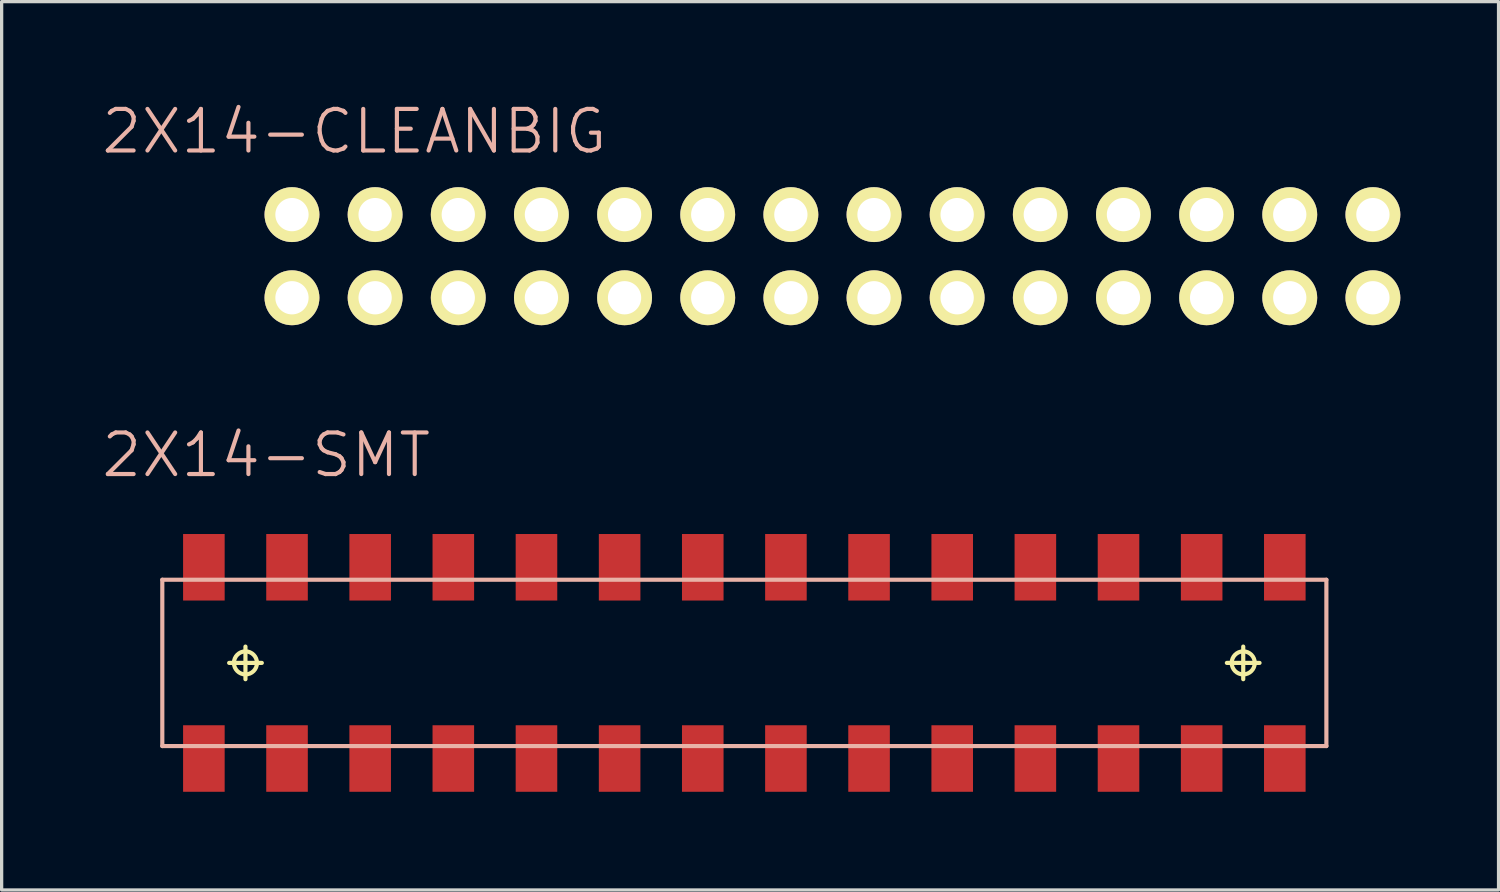
<source format=kicad_pcb>
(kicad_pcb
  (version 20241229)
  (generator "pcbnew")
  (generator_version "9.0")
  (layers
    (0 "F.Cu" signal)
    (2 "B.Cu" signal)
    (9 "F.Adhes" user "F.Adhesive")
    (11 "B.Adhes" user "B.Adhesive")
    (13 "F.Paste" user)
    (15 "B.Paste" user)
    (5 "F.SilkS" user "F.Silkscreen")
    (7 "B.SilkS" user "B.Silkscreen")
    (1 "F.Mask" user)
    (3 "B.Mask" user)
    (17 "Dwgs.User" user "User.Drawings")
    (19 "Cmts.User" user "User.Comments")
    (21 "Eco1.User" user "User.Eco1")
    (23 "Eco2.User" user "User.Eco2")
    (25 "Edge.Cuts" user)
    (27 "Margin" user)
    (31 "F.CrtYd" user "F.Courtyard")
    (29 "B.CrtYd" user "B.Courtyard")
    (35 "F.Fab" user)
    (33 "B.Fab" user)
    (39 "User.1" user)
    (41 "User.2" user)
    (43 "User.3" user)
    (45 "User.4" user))
  (footprint "2X14-SMT"
    (layer "F.Cu")
    (at 19.688 17.2)
    (property "Reference" "2X14-SMT" (at -14.605 -6.35 0) (layer "B.SilkS") (effects (font (size 1.27 1.27) (thickness 0.127))))
    (attr smd)
    (fp_line (start -15.738 0) (end -14.74 0) (stroke (width 0.127) (type solid)) (layer "F.SilkS"))
    (fp_line (start -15.24 0.498) (end -15.24 -0.498) (stroke (width 0.127) (type solid)) (layer "F.SilkS"))
    (fp_line (start 14.74 0) (end 15.738 0) (stroke (width 0.127) (type solid)) (layer "F.SilkS"))
    (fp_line (start 15.24 0.498) (end 15.24 -0.498) (stroke (width 0.127) (type solid)) (layer "F.SilkS"))
    (fp_circle (center -15.24 0) (end -15.489 0.249) (stroke (width 0.127) (type solid)) (fill no) (layer "F.SilkS"))
    (fp_circle (center 15.24 0) (end 15.489 0.249) (stroke (width 0.127) (type solid)) (fill no) (layer "F.SilkS"))
    (fp_line (start -17.78 -2.54) (end 17.78 -2.54) (stroke (width 0.127) (type solid)) (layer "B.SilkS"))
    (fp_line (start -17.78 2.54) (end -17.78 -2.54) (stroke (width 0.127) (type solid)) (layer "B.SilkS"))
    (fp_line (start 17.78 -2.54) (end 17.78 2.54) (stroke (width 0.127) (type solid)) (layer "B.SilkS"))
    (fp_line (start 17.78 2.54) (end -17.78 2.54) (stroke (width 0.127) (type solid)) (layer "B.SilkS"))
    (pad "1" smd rect (at -16.51 2.921 180) (size 1.27 2.032) (layers "F.Cu" "F.Mask" "F.Paste"))
    (pad "2" smd rect (at -16.51 -2.921) (size 1.27 2.032) (layers "F.Cu" "F.Mask" "F.Paste"))
    (pad "3" smd rect (at -13.97 2.921 180) (size 1.27 2.032) (layers "F.Cu" "F.Mask" "F.Paste"))
    (pad "4" smd rect (at -13.97 -2.921) (size 1.27 2.032) (layers "F.Cu" "F.Mask" "F.Paste"))
    (pad "5" smd rect (at -11.43 2.921 180) (size 1.27 2.032) (layers "F.Cu" "F.Mask" "F.Paste"))
    (pad "6" smd rect (at -11.43 -2.921) (size 1.27 2.032) (layers "F.Cu" "F.Mask" "F.Paste"))
    (pad "7" smd rect (at -8.89 2.921 180) (size 1.27 2.032) (layers "F.Cu" "F.Mask" "F.Paste"))
    (pad "8" smd rect (at -8.89 -2.921) (size 1.27 2.032) (layers "F.Cu" "F.Mask" "F.Paste"))
    (pad "9" smd rect (at -6.35 2.921 180) (size 1.27 2.032) (layers "F.Cu" "F.Mask" "F.Paste"))
    (pad "10" smd rect (at -6.35 -2.921) (size 1.27 2.032) (layers "F.Cu" "F.Mask" "F.Paste"))
    (pad "11" smd rect (at -3.81 2.921 180) (size 1.27 2.032) (layers "F.Cu" "F.Mask" "F.Paste"))
    (pad "12" smd rect (at -3.81 -2.921) (size 1.27 2.032) (layers "F.Cu" "F.Mask" "F.Paste"))
    (pad "13" smd rect (at -1.27 2.921 180) (size 1.27 2.032) (layers "F.Cu" "F.Mask" "F.Paste"))
    (pad "14" smd rect (at -1.27 -2.921) (size 1.27 2.032) (layers "F.Cu" "F.Mask" "F.Paste"))
    (pad "15" smd rect (at 1.27 2.921 180) (size 1.27 2.032) (layers "F.Cu" "F.Mask" "F.Paste"))
    (pad "16" smd rect (at 1.27 -2.921) (size 1.27 2.032) (layers "F.Cu" "F.Mask" "F.Paste"))
    (pad "17" smd rect (at 3.81 2.921 180) (size 1.27 2.032) (layers "F.Cu" "F.Mask" "F.Paste"))
    (pad "18" smd rect (at 3.81 -2.921) (size 1.27 2.032) (layers "F.Cu" "F.Mask" "F.Paste"))
    (pad "19" smd rect (at 6.35 2.921 180) (size 1.27 2.032) (layers "F.Cu" "F.Mask" "F.Paste"))
    (pad "20" smd rect (at 6.35 -2.921) (size 1.27 2.032) (layers "F.Cu" "F.Mask" "F.Paste"))
    (pad "21" smd rect (at 8.89 2.921 180) (size 1.27 2.032) (layers "F.Cu" "F.Mask" "F.Paste"))
    (pad "22" smd rect (at 8.89 -2.921) (size 1.27 2.032) (layers "F.Cu" "F.Mask" "F.Paste"))
    (pad "23" smd rect (at 11.43 2.921 180) (size 1.27 2.032) (layers "F.Cu" "F.Mask" "F.Paste"))
    (pad "24" smd rect (at 11.43 -2.921) (size 1.27 2.032) (layers "F.Cu" "F.Mask" "F.Paste"))
    (pad "25" smd rect (at 13.97 2.921 180) (size 1.27 2.032) (layers "F.Cu" "F.Mask" "F.Paste"))
    (pad "26" smd rect (at 13.97 -2.921) (size 1.27 2.032) (layers "F.Cu" "F.Mask" "F.Paste"))
    (pad "27" smd rect (at 16.51 2.921 180) (size 1.27 2.032) (layers "F.Cu" "F.Mask" "F.Paste"))
    (pad "28" smd rect (at 16.51 -2.921) (size 1.27 2.032) (layers "F.Cu" "F.Mask" "F.Paste")))
  (footprint "2X14-CLEANBIG"
    (layer "F.Cu")
    (at 22.379 4.776)
    (property "Reference" "2X14-CLEANBIG" (at -14.605 -3.81 0) (layer "B.SilkS") (effects (font (size 1.27 1.27) (thickness 0.127))))
    (attr exclude_from_pos_files exclude_from_bom)
    (fp_line (start -16.764 -1.524) (end -16.256 -1.524) (stroke (width 0.066) (type solid)) (layer "F.SilkS"))
    (fp_line (start -16.764 -1.016) (end -16.764 -1.524) (stroke (width 0.066) (type solid)) (layer "F.SilkS"))
    (fp_line (start -16.764 -1.016) (end -16.256 -1.016) (stroke (width 0.066) (type solid)) (layer "F.SilkS"))
    (fp_line (start -16.764 1.016) (end -16.256 1.016) (stroke (width 0.066) (type solid)) (layer "F.SilkS"))
    (fp_line (start -16.764 1.524) (end -16.764 1.016) (stroke (width 0.066) (type solid)) (layer "F.SilkS"))
    (fp_line (start -16.764 1.524) (end -16.256 1.524) (stroke (width 0.066) (type solid)) (layer "F.SilkS"))
    (fp_line (start -16.256 -1.016) (end -16.256 -1.524) (stroke (width 0.066) (type solid)) (layer "F.SilkS"))
    (fp_line (start -16.256 1.524) (end -16.256 1.016) (stroke (width 0.066) (type solid)) (layer "F.SilkS"))
    (fp_line (start -14.224 -1.524) (end -13.716 -1.524) (stroke (width 0.066) (type solid)) (layer "F.SilkS"))
    (fp_line (start -14.224 -1.016) (end -14.224 -1.524) (stroke (width 0.066) (type solid)) (layer "F.SilkS"))
    (fp_line (start -14.224 -1.016) (end -13.716 -1.016) (stroke (width 0.066) (type solid)) (layer "F.SilkS"))
    (fp_line (start -14.224 1.016) (end -13.716 1.016) (stroke (width 0.066) (type solid)) (layer "F.SilkS"))
    (fp_line (start -14.224 1.524) (end -14.224 1.016) (stroke (width 0.066) (type solid)) (layer "F.SilkS"))
    (fp_line (start -14.224 1.524) (end -13.716 1.524) (stroke (width 0.066) (type solid)) (layer "F.SilkS"))
    (fp_line (start -13.716 -1.016) (end -13.716 -1.524) (stroke (width 0.066) (type solid)) (layer "F.SilkS"))
    (fp_line (start -13.716 1.524) (end -13.716 1.016) (stroke (width 0.066) (type solid)) (layer "F.SilkS"))
    (fp_line (start -11.684 -1.524) (end -11.176 -1.524) (stroke (width 0.066) (type solid)) (layer "F.SilkS"))
    (fp_line (start -11.684 -1.016) (end -11.684 -1.524) (stroke (width 0.066) (type solid)) (layer "F.SilkS"))
    (fp_line (start -11.684 -1.016) (end -11.176 -1.016) (stroke (width 0.066) (type solid)) (layer "F.SilkS"))
    (fp_line (start -11.684 1.016) (end -11.176 1.016) (stroke (width 0.066) (type solid)) (layer "F.SilkS"))
    (fp_line (start -11.684 1.524) (end -11.684 1.016) (stroke (width 0.066) (type solid)) (layer "F.SilkS"))
    (fp_line (start -11.684 1.524) (end -11.176 1.524) (stroke (width 0.066) (type solid)) (layer "F.SilkS"))
    (fp_line (start -11.176 -1.016) (end -11.176 -1.524) (stroke (width 0.066) (type solid)) (layer "F.SilkS"))
    (fp_line (start -11.176 1.524) (end -11.176 1.016) (stroke (width 0.066) (type solid)) (layer "F.SilkS"))
    (fp_line (start -9.144 -1.524) (end -8.636 -1.524) (stroke (width 0.066) (type solid)) (layer "F.SilkS"))
    (fp_line (start -9.144 -1.016) (end -9.144 -1.524) (stroke (width 0.066) (type solid)) (layer "F.SilkS"))
    (fp_line (start -9.144 -1.016) (end -8.636 -1.016) (stroke (width 0.066) (type solid)) (layer "F.SilkS"))
    (fp_line (start -9.144 1.016) (end -8.636 1.016) (stroke (width 0.066) (type solid)) (layer "F.SilkS"))
    (fp_line (start -9.144 1.524) (end -9.144 1.016) (stroke (width 0.066) (type solid)) (layer "F.SilkS"))
    (fp_line (start -9.144 1.524) (end -8.636 1.524) (stroke (width 0.066) (type solid)) (layer "F.SilkS"))
    (fp_line (start -8.636 -1.016) (end -8.636 -1.524) (stroke (width 0.066) (type solid)) (layer "F.SilkS"))
    (fp_line (start -8.636 1.524) (end -8.636 1.016) (stroke (width 0.066) (type solid)) (layer "F.SilkS"))
    (fp_line (start -6.604 -1.524) (end -6.096 -1.524) (stroke (width 0.066) (type solid)) (layer "F.SilkS"))
    (fp_line (start -6.604 -1.016) (end -6.604 -1.524) (stroke (width 0.066) (type solid)) (layer "F.SilkS"))
    (fp_line (start -6.604 -1.016) (end -6.096 -1.016) (stroke (width 0.066) (type solid)) (layer "F.SilkS"))
    (fp_line (start -6.604 1.016) (end -6.096 1.016) (stroke (width 0.066) (type solid)) (layer "F.SilkS"))
    (fp_line (start -6.604 1.524) (end -6.604 1.016) (stroke (width 0.066) (type solid)) (layer "F.SilkS"))
    (fp_line (start -6.604 1.524) (end -6.096 1.524) (stroke (width 0.066) (type solid)) (layer "F.SilkS"))
    (fp_line (start -6.096 -1.016) (end -6.096 -1.524) (stroke (width 0.066) (type solid)) (layer "F.SilkS"))
    (fp_line (start -6.096 1.524) (end -6.096 1.016) (stroke (width 0.066) (type solid)) (layer "F.SilkS"))
    (fp_line (start -4.064 -1.524) (end -3.556 -1.524) (stroke (width 0.066) (type solid)) (layer "F.SilkS"))
    (fp_line (start -4.064 -1.016) (end -4.064 -1.524) (stroke (width 0.066) (type solid)) (layer "F.SilkS"))
    (fp_line (start -4.064 -1.016) (end -3.556 -1.016) (stroke (width 0.066) (type solid)) (layer "F.SilkS"))
    (fp_line (start -4.064 1.016) (end -3.556 1.016) (stroke (width 0.066) (type solid)) (layer "F.SilkS"))
    (fp_line (start -4.064 1.524) (end -4.064 1.016) (stroke (width 0.066) (type solid)) (layer "F.SilkS"))
    (fp_line (start -4.064 1.524) (end -3.556 1.524) (stroke (width 0.066) (type solid)) (layer "F.SilkS"))
    (fp_line (start -3.556 -1.016) (end -3.556 -1.524) (stroke (width 0.066) (type solid)) (layer "F.SilkS"))
    (fp_line (start -3.556 1.524) (end -3.556 1.016) (stroke (width 0.066) (type solid)) (layer "F.SilkS"))
    (fp_line (start -1.524 -1.524) (end -1.016 -1.524) (stroke (width 0.066) (type solid)) (layer "F.SilkS"))
    (fp_line (start -1.524 -1.016) (end -1.524 -1.524) (stroke (width 0.066) (type solid)) (layer "F.SilkS"))
    (fp_line (start -1.524 -1.016) (end -1.016 -1.016) (stroke (width 0.066) (type solid)) (layer "F.SilkS"))
    (fp_line (start -1.524 1.016) (end -1.016 1.016) (stroke (width 0.066) (type solid)) (layer "F.SilkS"))
    (fp_line (start -1.524 1.524) (end -1.524 1.016) (stroke (width 0.066) (type solid)) (layer "F.SilkS"))
    (fp_line (start -1.524 1.524) (end -1.016 1.524) (stroke (width 0.066) (type solid)) (layer "F.SilkS"))
    (fp_line (start -1.016 -1.016) (end -1.016 -1.524) (stroke (width 0.066) (type solid)) (layer "F.SilkS"))
    (fp_line (start -1.016 1.524) (end -1.016 1.016) (stroke (width 0.066) (type solid)) (layer "F.SilkS"))
    (fp_line (start 1.016 -1.524) (end 1.524 -1.524) (stroke (width 0.066) (type solid)) (layer "F.SilkS"))
    (fp_line (start 1.016 -1.016) (end 1.016 -1.524) (stroke (width 0.066) (type solid)) (layer "F.SilkS"))
    (fp_line (start 1.016 -1.016) (end 1.524 -1.016) (stroke (width 0.066) (type solid)) (layer "F.SilkS"))
    (fp_line (start 1.016 1.016) (end 1.524 1.016) (stroke (width 0.066) (type solid)) (layer "F.SilkS"))
    (fp_line (start 1.016 1.524) (end 1.016 1.016) (stroke (width 0.066) (type solid)) (layer "F.SilkS"))
    (fp_line (start 1.016 1.524) (end 1.524 1.524) (stroke (width 0.066) (type solid)) (layer "F.SilkS"))
    (fp_line (start 1.524 -1.016) (end 1.524 -1.524) (stroke (width 0.066) (type solid)) (layer "F.SilkS"))
    (fp_line (start 1.524 1.524) (end 1.524 1.016) (stroke (width 0.066) (type solid)) (layer "F.SilkS"))
    (fp_line (start 3.556 -1.524) (end 4.064 -1.524) (stroke (width 0.066) (type solid)) (layer "F.SilkS"))
    (fp_line (start 3.556 -1.016) (end 3.556 -1.524) (stroke (width 0.066) (type solid)) (layer "F.SilkS"))
    (fp_line (start 3.556 -1.016) (end 4.064 -1.016) (stroke (width 0.066) (type solid)) (layer "F.SilkS"))
    (fp_line (start 3.556 1.016) (end 4.064 1.016) (stroke (width 0.066) (type solid)) (layer "F.SilkS"))
    (fp_line (start 3.556 1.524) (end 3.556 1.016) (stroke (width 0.066) (type solid)) (layer "F.SilkS"))
    (fp_line (start 3.556 1.524) (end 4.064 1.524) (stroke (width 0.066) (type solid)) (layer "F.SilkS"))
    (fp_line (start 4.064 -1.016) (end 4.064 -1.524) (stroke (width 0.066) (type solid)) (layer "F.SilkS"))
    (fp_line (start 4.064 1.524) (end 4.064 1.016) (stroke (width 0.066) (type solid)) (layer "F.SilkS"))
    (fp_line (start 6.096 -1.524) (end 6.604 -1.524) (stroke (width 0.066) (type solid)) (layer "F.SilkS"))
    (fp_line (start 6.096 -1.016) (end 6.096 -1.524) (stroke (width 0.066) (type solid)) (layer "F.SilkS"))
    (fp_line (start 6.096 -1.016) (end 6.604 -1.016) (stroke (width 0.066) (type solid)) (layer "F.SilkS"))
    (fp_line (start 6.096 1.016) (end 6.604 1.016) (stroke (width 0.066) (type solid)) (layer "F.SilkS"))
    (fp_line (start 6.096 1.524) (end 6.096 1.016) (stroke (width 0.066) (type solid)) (layer "F.SilkS"))
    (fp_line (start 6.096 1.524) (end 6.604 1.524) (stroke (width 0.066) (type solid)) (layer "F.SilkS"))
    (fp_line (start 6.604 -1.016) (end 6.604 -1.524) (stroke (width 0.066) (type solid)) (layer "F.SilkS"))
    (fp_line (start 6.604 1.524) (end 6.604 1.016) (stroke (width 0.066) (type solid)) (layer "F.SilkS"))
    (fp_line (start 8.636 -1.524) (end 9.144 -1.524) (stroke (width 0.066) (type solid)) (layer "F.SilkS"))
    (fp_line (start 8.636 -1.016) (end 8.636 -1.524) (stroke (width 0.066) (type solid)) (layer "F.SilkS"))
    (fp_line (start 8.636 -1.016) (end 9.144 -1.016) (stroke (width 0.066) (type solid)) (layer "F.SilkS"))
    (fp_line (start 8.636 1.016) (end 9.144 1.016) (stroke (width 0.066) (type solid)) (layer "F.SilkS"))
    (fp_line (start 8.636 1.524) (end 8.636 1.016) (stroke (width 0.066) (type solid)) (layer "F.SilkS"))
    (fp_line (start 8.636 1.524) (end 9.144 1.524) (stroke (width 0.066) (type solid)) (layer "F.SilkS"))
    (fp_line (start 9.144 -1.016) (end 9.144 -1.524) (stroke (width 0.066) (type solid)) (layer "F.SilkS"))
    (fp_line (start 9.144 1.524) (end 9.144 1.016) (stroke (width 0.066) (type solid)) (layer "F.SilkS"))
    (fp_line (start 11.176 -1.524) (end 11.684 -1.524) (stroke (width 0.066) (type solid)) (layer "F.SilkS"))
    (fp_line (start 11.176 -1.016) (end 11.176 -1.524) (stroke (width 0.066) (type solid)) (layer "F.SilkS"))
    (fp_line (start 11.176 -1.016) (end 11.684 -1.016) (stroke (width 0.066) (type solid)) (layer "F.SilkS"))
    (fp_line (start 11.176 1.016) (end 11.684 1.016) (stroke (width 0.066) (type solid)) (layer "F.SilkS"))
    (fp_line (start 11.176 1.524) (end 11.176 1.016) (stroke (width 0.066) (type solid)) (layer "F.SilkS"))
    (fp_line (start 11.176 1.524) (end 11.684 1.524) (stroke (width 0.066) (type solid)) (layer "F.SilkS"))
    (fp_line (start 11.684 -1.016) (end 11.684 -1.524) (stroke (width 0.066) (type solid)) (layer "F.SilkS"))
    (fp_line (start 11.684 1.524) (end 11.684 1.016) (stroke (width 0.066) (type solid)) (layer "F.SilkS"))
    (fp_line (start 13.716 -1.524) (end 14.224 -1.524) (stroke (width 0.066) (type solid)) (layer "F.SilkS"))
    (fp_line (start 13.716 -1.016) (end 13.716 -1.524) (stroke (width 0.066) (type solid)) (layer "F.SilkS"))
    (fp_line (start 13.716 -1.016) (end 14.224 -1.016) (stroke (width 0.066) (type solid)) (layer "F.SilkS"))
    (fp_line (start 13.716 1.016) (end 14.224 1.016) (stroke (width 0.066) (type solid)) (layer "F.SilkS"))
    (fp_line (start 13.716 1.524) (end 13.716 1.016) (stroke (width 0.066) (type solid)) (layer "F.SilkS"))
    (fp_line (start 13.716 1.524) (end 14.224 1.524) (stroke (width 0.066) (type solid)) (layer "F.SilkS"))
    (fp_line (start 14.224 -1.016) (end 14.224 -1.524) (stroke (width 0.066) (type solid)) (layer "F.SilkS"))
    (fp_line (start 14.224 1.524) (end 14.224 1.016) (stroke (width 0.066) (type solid)) (layer "F.SilkS"))
    (fp_line (start 16.256 -1.524) (end 16.764 -1.524) (stroke (width 0.066) (type solid)) (layer "F.SilkS"))
    (fp_line (start 16.256 -1.016) (end 16.256 -1.524) (stroke (width 0.066) (type solid)) (layer "F.SilkS"))
    (fp_line (start 16.256 -1.016) (end 16.764 -1.016) (stroke (width 0.066) (type solid)) (layer "F.SilkS"))
    (fp_line (start 16.256 1.016) (end 16.764 1.016) (stroke (width 0.066) (type solid)) (layer "F.SilkS"))
    (fp_line (start 16.256 1.524) (end 16.256 1.016) (stroke (width 0.066) (type solid)) (layer "F.SilkS"))
    (fp_line (start 16.256 1.524) (end 16.764 1.524) (stroke (width 0.066) (type solid)) (layer "F.SilkS"))
    (fp_line (start 16.764 -1.016) (end 16.764 -1.524) (stroke (width 0.066) (type solid)) (layer "F.SilkS"))
    (fp_line (start 16.764 1.524) (end 16.764 1.016) (stroke (width 0.066) (type solid)) (layer "F.SilkS"))
    (pad "1" thru_hole circle (at -16.51 1.27) (size 1.676 1.676) (drill 1.016) (layers "*.Cu" "F.Mask" "F.SilkS" "F.Paste"))
    (pad "2" thru_hole circle (at -16.51 -1.27) (size 1.676 1.676) (drill 1.016) (layers "*.Cu" "F.Mask" "F.SilkS" "F.Paste"))
    (pad "3" thru_hole circle (at -13.97 1.27) (size 1.676 1.676) (drill 1.016) (layers "*.Cu" "F.Mask" "F.SilkS" "F.Paste"))
    (pad "4" thru_hole circle (at -13.97 -1.27) (size 1.676 1.676) (drill 1.016) (layers "*.Cu" "F.Mask" "F.SilkS" "F.Paste"))
    (pad "5" thru_hole circle (at -11.43 1.27) (size 1.676 1.676) (drill 1.016) (layers "*.Cu" "F.Mask" "F.SilkS" "F.Paste"))
    (pad "6" thru_hole circle (at -11.43 -1.27) (size 1.676 1.676) (drill 1.016) (layers "*.Cu" "F.Mask" "F.SilkS" "F.Paste"))
    (pad "7" thru_hole circle (at -8.89 1.27) (size 1.676 1.676) (drill 1.016) (layers "*.Cu" "F.Mask" "F.SilkS" "F.Paste"))
    (pad "8" thru_hole circle (at -8.89 -1.27) (size 1.676 1.676) (drill 1.016) (layers "*.Cu" "F.Mask" "F.SilkS" "F.Paste"))
    (pad "9" thru_hole circle (at -6.35 1.27) (size 1.676 1.676) (drill 1.016) (layers "*.Cu" "F.Mask" "F.SilkS" "F.Paste"))
    (pad "10" thru_hole circle (at -6.35 -1.27) (size 1.676 1.676) (drill 1.016) (layers "*.Cu" "F.Mask" "F.SilkS" "F.Paste"))
    (pad "11" thru_hole circle (at -3.81 1.27) (size 1.676 1.676) (drill 1.016) (layers "*.Cu" "F.Mask" "F.SilkS" "F.Paste"))
    (pad "12" thru_hole circle (at -3.81 -1.27) (size 1.676 1.676) (drill 1.016) (layers "*.Cu" "F.Mask" "F.SilkS" "F.Paste"))
    (pad "13" thru_hole circle (at -1.27 1.27) (size 1.676 1.676) (drill 1.016) (layers "*.Cu" "F.Mask" "F.SilkS" "F.Paste"))
    (pad "14" thru_hole circle (at -1.27 -1.27) (size 1.676 1.676) (drill 1.016) (layers "*.Cu" "F.Mask" "F.SilkS" "F.Paste"))
    (pad "15" thru_hole circle (at 1.27 1.27) (size 1.676 1.676) (drill 1.016) (layers "*.Cu" "F.Mask" "F.SilkS" "F.Paste"))
    (pad "16" thru_hole circle (at 1.27 -1.27) (size 1.676 1.676) (drill 1.016) (layers "*.Cu" "F.Mask" "F.SilkS" "F.Paste"))
    (pad "17" thru_hole circle (at 3.81 1.27) (size 1.676 1.676) (drill 1.016) (layers "*.Cu" "F.Mask" "F.SilkS" "F.Paste"))
    (pad "18" thru_hole circle (at 3.81 -1.27) (size 1.676 1.676) (drill 1.016) (layers "*.Cu" "F.Mask" "F.SilkS" "F.Paste"))
    (pad "19" thru_hole circle (at 6.35 1.27) (size 1.676 1.676) (drill 1.016) (layers "*.Cu" "F.Mask" "F.SilkS" "F.Paste"))
    (pad "20" thru_hole circle (at 6.35 -1.27) (size 1.676 1.676) (drill 1.016) (layers "*.Cu" "F.Mask" "F.SilkS" "F.Paste"))
    (pad "21" thru_hole circle (at 8.89 1.27) (size 1.676 1.676) (drill 1.016) (layers "*.Cu" "F.Mask" "F.SilkS" "F.Paste"))
    (pad "22" thru_hole circle (at 8.89 -1.27) (size 1.676 1.676) (drill 1.016) (layers "*.Cu" "F.Mask" "F.SilkS" "F.Paste"))
    (pad "23" thru_hole circle (at 11.43 1.27) (size 1.676 1.676) (drill 1.016) (layers "*.Cu" "F.Mask" "F.SilkS" "F.Paste"))
    (pad "24" thru_hole circle (at 11.43 -1.27) (size 1.676 1.676) (drill 1.016) (layers "*.Cu" "F.Mask" "F.SilkS" "F.Paste"))
    (pad "25" thru_hole circle (at 13.97 1.27) (size 1.676 1.676) (drill 1.016) (layers "*.Cu" "F.Mask" "F.SilkS" "F.Paste"))
    (pad "26" thru_hole circle (at 13.97 -1.27) (size 1.676 1.676) (drill 1.016) (layers "*.Cu" "F.Mask" "F.SilkS" "F.Paste"))
    (pad "27" thru_hole circle (at 16.51 1.27) (size 1.676 1.676) (drill 1.016) (layers "*.Cu" "F.Mask" "F.SilkS" "F.Paste"))
    (pad "28" thru_hole circle (at 16.51 -1.27) (size 1.676 1.676) (drill 1.016) (layers "*.Cu" "F.Mask" "F.SilkS" "F.Paste")))
  (gr_rect
    (start -3 -3)
    (end 42.727 24.137)
    (stroke (width 0.1) (type default))
    (fill no)
    (layer "Edge.Cuts")))
</source>
